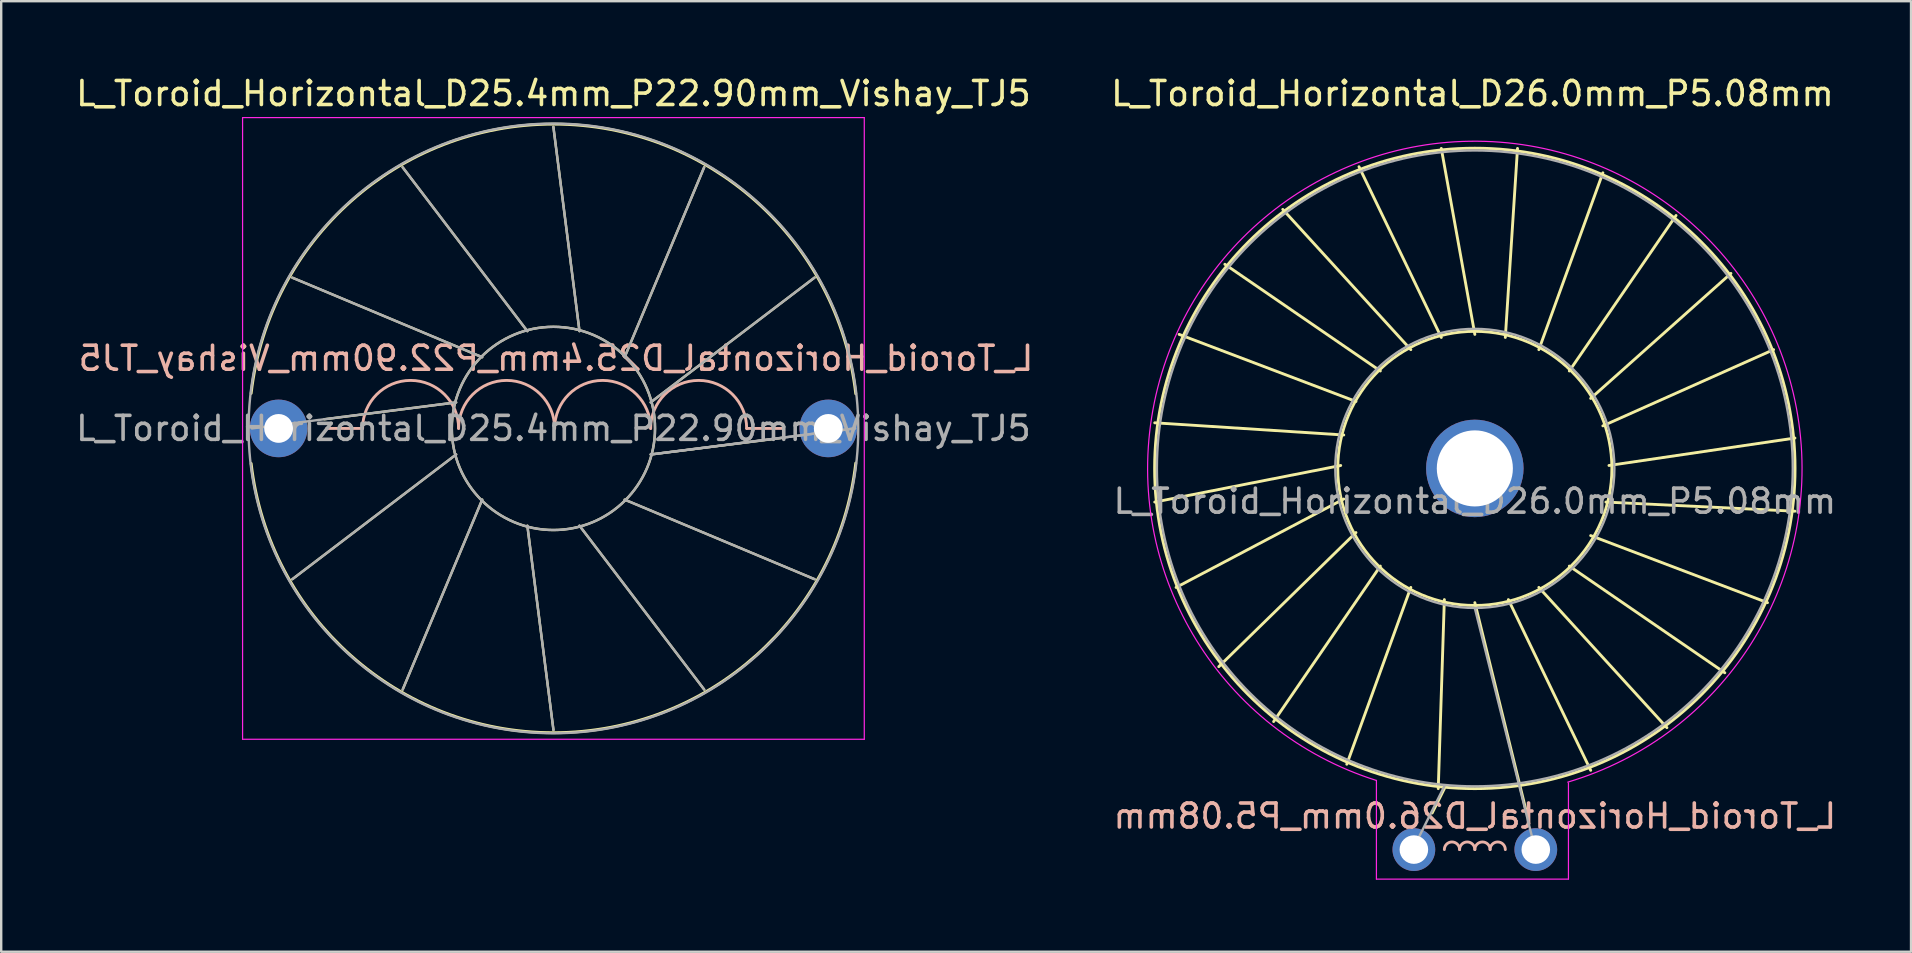
<source format=kicad_pcb>
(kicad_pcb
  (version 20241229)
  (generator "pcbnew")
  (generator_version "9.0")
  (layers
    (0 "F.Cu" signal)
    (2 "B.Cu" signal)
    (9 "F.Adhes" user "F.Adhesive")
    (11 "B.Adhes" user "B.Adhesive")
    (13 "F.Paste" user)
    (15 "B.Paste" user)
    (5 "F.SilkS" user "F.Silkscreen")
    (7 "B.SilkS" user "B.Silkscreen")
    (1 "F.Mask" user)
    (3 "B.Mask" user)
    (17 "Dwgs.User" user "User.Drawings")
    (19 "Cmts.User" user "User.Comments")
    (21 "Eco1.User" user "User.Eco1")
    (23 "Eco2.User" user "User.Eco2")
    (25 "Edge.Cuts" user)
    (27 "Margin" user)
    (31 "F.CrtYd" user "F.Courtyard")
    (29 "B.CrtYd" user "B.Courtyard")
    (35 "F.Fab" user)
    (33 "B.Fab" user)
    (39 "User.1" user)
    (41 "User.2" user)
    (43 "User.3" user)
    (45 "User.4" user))
  (footprint "L_Toroid_Horizontal_D26.0mm_P5.08mm"
    (layer "F.Cu")
    (at 55.852 32.344)
    (property "Reference" "L_Toroid_Horizontal_D26.0mm_P5.08mm" (at 2.44 -31.496 0) (layer "F.SilkS") (effects (font (size 1 1) (thickness 0.15))))
    (fp_line (start -10.795 -17.78) (end -2.921 -17.272) (stroke (width 0.12) (type solid)) (layer "F.SilkS"))
    (fp_line (start -10.795 -14.478) (end -3.048 -16.002) (stroke (width 0.12) (type solid)) (layer "F.SilkS"))
    (fp_line (start -9.906 -10.922) (end -2.921 -14.605) (stroke (width 0.12) (type solid)) (layer "F.SilkS"))
    (fp_line (start -9.779 -21.463) (end -2.413 -18.669) (stroke (width 0.12) (type solid)) (layer "F.SilkS"))
    (fp_line (start -8.128 -7.62) (end -2.413 -13.208) (stroke (width 0.12) (type solid)) (layer "F.SilkS"))
    (fp_line (start -7.874 -24.384) (end -1.397 -19.939) (stroke (width 0.12) (type solid)) (layer "F.SilkS"))
    (fp_line (start -5.842 -5.334) (end -1.397 -11.811) (stroke (width 0.12) (type solid)) (layer "F.SilkS"))
    (fp_line (start -5.461 -26.67) (end -0.127 -20.828) (stroke (width 0.12) (type solid)) (layer "F.SilkS"))
    (fp_line (start -2.794 -3.556) (end -0.127 -10.922) (stroke (width 0.12) (type solid)) (layer "F.SilkS"))
    (fp_line (start -2.286 -28.448) (end 1.143 -21.336) (stroke (width 0.12) (type solid)) (layer "F.SilkS"))
    (fp_line (start 0.762 -1.524) (end 1.27 -2.54) (stroke (width 0.12) (type solid)) (layer "F.SilkS"))
    (fp_line (start 1.016 -2.54) (end 1.27 -10.414) (stroke (width 0.12) (type solid)) (layer "F.SilkS"))
    (fp_line (start 1.143 -29.21) (end 2.54 -21.463) (stroke (width 0.12) (type solid)) (layer "F.SilkS"))
    (fp_line (start 4.318 -29.21) (end 3.81 -21.336) (stroke (width 0.12) (type solid)) (layer "F.SilkS"))
    (fp_line (start 4.699 -1.524) (end 2.54 -10.287) (stroke (width 0.12) (type solid)) (layer "F.SilkS"))
    (fp_line (start 7.366 -3.302) (end 3.937 -10.414) (stroke (width 0.12) (type solid)) (layer "F.SilkS"))
    (fp_line (start 7.874 -28.194) (end 5.207 -20.828) (stroke (width 0.12) (type solid)) (layer "F.SilkS"))
    (fp_line (start 10.541 -5.08) (end 5.207 -10.922) (stroke (width 0.12) (type solid)) (layer "F.SilkS"))
    (fp_line (start 10.922 -26.416) (end 6.477 -19.939) (stroke (width 0.12) (type solid)) (layer "F.SilkS"))
    (fp_line (start 12.954 -7.366) (end 6.477 -11.811) (stroke (width 0.12) (type solid)) (layer "F.SilkS"))
    (fp_line (start 13.208 -24.003) (end 7.366 -18.796) (stroke (width 0.12) (type solid)) (layer "F.SilkS"))
    (fp_line (start 14.732 -10.287) (end 7.366 -13.081) (stroke (width 0.12) (type solid)) (layer "F.SilkS"))
    (fp_line (start 14.986 -20.828) (end 7.874 -17.653) (stroke (width 0.12) (type solid)) (layer "F.SilkS"))
    (fp_line (start 15.875 -17.145) (end 8.128 -16.002) (stroke (width 0.12) (type solid)) (layer "F.SilkS"))
    (fp_line (start 15.875 -14.097) (end 8.001 -14.478) (stroke (width 0.12) (type solid)) (layer "F.SilkS"))
    (fp_circle (center 2.54 -15.88) (end 8.25 -15.88) (stroke (width 0.12) (type solid)) (fill no) (layer "F.SilkS"))
    (fp_circle (center 2.54 -15.88) (end 15.88 -15.88) (stroke (width 0.12) (type solid)) (fill no) (layer "F.SilkS"))
    (fp_arc (start 1.27 0) (mid 1.5875 -0.3175) (end 1.905 0) (stroke (width 0.12) (type solid)) (layer "B.SilkS"))
    (fp_arc (start 1.905 0) (mid 2.2225 -0.3175) (end 2.54 0) (stroke (width 0.12) (type solid)) (layer "B.SilkS"))
    (fp_arc (start 2.54 0) (mid 2.8575 -0.3175) (end 3.175 0) (stroke (width 0.12) (type solid)) (layer "B.SilkS"))
    (fp_arc (start 3.175 0) (mid 3.4925 -0.3175) (end 3.81 0) (stroke (width 0.12) (type solid)) (layer "B.SilkS"))
    (fp_line (start -1.56 -2.88) (end -1.56 1.23) (stroke (width 0.05) (type solid)) (layer "F.CrtYd"))
    (fp_line (start -1.56 1.23) (end 6.44 1.23) (stroke (width 0.05) (type solid)) (layer "F.CrtYd"))
    (fp_line (start 6.44 1.23) (end 6.44 -2.78) (stroke (width 0.05) (type solid)) (layer "F.CrtYd"))
    (fp_arc (start -1.56 -2.88) (mid 2.660017 -29.510686) (end 6.410454 -2.809821) (stroke (width 0.05) (type solid)) (layer "F.CrtYd"))
    (fp_line (start 0 -0.1) (end 1.27 -2.64) (stroke (width 0.1) (type solid)) (layer "F.Fab"))
    (fp_line (start 5.08 0.1) (end 2.54 -10.06) (stroke (width 0.1) (type solid)) (layer "F.Fab"))
    (fp_circle (center 2.54 -15.88) (end 1.44 -2.68) (stroke (width 0.1) (type solid)) (fill no) (layer "F.Fab"))
    (fp_circle (center 2.54 -15.88) (end 2.34 -10.07) (stroke (width 0.1) (type solid)) (fill no) (layer "F.Fab"))
    (fp_text user "${REFERENCE}" (at 2.54 -1.397 0) (layer "B.SilkS") (effects (font (size 1 1) (thickness 0.15)) (justify mirror)))
    (fp_text user "${REFERENCE}" (at 2.54 -14.513 0) (layer "F.Fab") (effects (font (size 1 1) (thickness 0.15))))
    (pad "" thru_hole circle (at 2.54 -15.88) (size 4.06 4.06) (drill 3.17) (layers "*.Cu" "*.Mask"))
    (pad "1" thru_hole circle (at 0 0) (size 1.78 1.78) (drill 1.19) (layers "*.Cu" "*.Mask"))
    (pad "2" thru_hole circle (at 5.08 0) (size 1.78 1.78) (drill 1.19) (layers "*.Cu" "*.Mask")))
  (footprint "L_Toroid_Horizontal_D25.4mm_P22.90mm_Vishay_TJ5"
    (layer "F.Cu")
    (at 8.556 14.798)
    (property "Reference" "L_Toroid_Horizontal_D25.4mm_P22.90mm_Vishay_TJ5" (at 11.45 -13.95 0) (layer "F.SilkS") (effects (font (size 1 1) (thickness 0.15))))
    (fp_line (start 0.569 -6.281) (end 8.483 -2.966) (stroke (width 0.1) (type solid)) (layer "F.SilkS"))
    (fp_line (start 0.57 6.283) (end 7.397 1.086) (stroke (width 0.1) (type solid)) (layer "F.SilkS"))
    (fp_line (start 1.905 -0.381) (end 7.397 -1.085) (stroke (width 0.1) (type solid)) (layer "F.SilkS"))
    (fp_line (start 5.167 -10.88) (end 10.364 -4.052) (stroke (width 0.1) (type solid)) (layer "F.SilkS"))
    (fp_line (start 5.169 10.881) (end 8.483 2.967) (stroke (width 0.1) (type solid)) (layer "F.SilkS"))
    (fp_line (start 11.448 -12.564) (end 12.535 -4.053) (stroke (width 0.1) (type solid)) (layer "F.SilkS"))
    (fp_line (start 11.451 12.564) (end 10.364 4.053) (stroke (width 0.1) (type solid)) (layer "F.SilkS"))
    (fp_line (start 17.73 -10.881) (end 14.416 -2.967) (stroke (width 0.1) (type solid)) (layer "F.SilkS"))
    (fp_line (start 17.732 10.88) (end 12.536 4.053) (stroke (width 0.1) (type solid)) (layer "F.SilkS"))
    (fp_line (start 21.082 0.381) (end 15.503 1.086) (stroke (width 0.1) (type solid)) (layer "F.SilkS"))
    (fp_line (start 22.329 -6.284) (end 15.502 -1.087) (stroke (width 0.1) (type solid)) (layer "F.SilkS"))
    (fp_line (start 22.33 6.282) (end 14.417 2.967) (stroke (width 0.1) (type solid)) (layer "F.SilkS"))
    (fp_arc (start -1.143 -1.4605) (mid 11.458425 -12.677407) (end 24.04493 -1.443761) (stroke (width 0.12) (type solid)) (layer "F.SilkS"))
    (fp_arc (start 24.044874 1.44425) (mid 11.458179 12.677407) (end -1.143 1.4605) (stroke (width 0.12) (type solid)) (layer "F.SilkS"))
    (fp_circle (center 11.45 0) (end 15.683 0) (stroke (width 0.1) (type solid)) (fill no) (layer "F.SilkS"))
    (fp_line (start 3.5 0) (end 2 0) (stroke (width 0.12) (type solid)) (layer "B.SilkS"))
    (fp_line (start 19.5 0) (end 21 0) (stroke (width 0.12) (type solid)) (layer "B.SilkS"))
    (fp_arc (start 3.5 0) (mid 5.5 -2) (end 7.5 0) (stroke (width 0.12) (type solid)) (layer "B.SilkS"))
    (fp_arc (start 7.5 0) (mid 9.5 -2) (end 11.5 0) (stroke (width 0.12) (type solid)) (layer "B.SilkS"))
    (fp_arc (start 11.5 0) (mid 13.5 -2) (end 15.5 0) (stroke (width 0.12) (type solid)) (layer "B.SilkS"))
    (fp_arc (start 15.5 0) (mid 17.5 -2) (end 19.5 0) (stroke (width 0.12) (type solid)) (layer "B.SilkS"))
    (fp_line (start -1.5 -12.95) (end -1.5 12.95) (stroke (width 0.05) (type solid)) (layer "F.CrtYd"))
    (fp_line (start -1.5 12.95) (end 24.4 12.95) (stroke (width 0.05) (type solid)) (layer "F.CrtYd"))
    (fp_line (start 24.4 -12.95) (end -1.5 -12.95) (stroke (width 0.05) (type solid)) (layer "F.CrtYd"))
    (fp_line (start 24.4 12.95) (end 24.4 -12.95) (stroke (width 0.05) (type solid)) (layer "F.CrtYd"))
    (fp_line (start -1.114 0.001) (end 7.397 -1.085) (stroke (width 0.1) (type solid)) (layer "F.Fab"))
    (fp_line (start 0.569 -6.281) (end 8.483 -2.966) (stroke (width 0.1) (type solid)) (layer "F.Fab"))
    (fp_line (start 0.57 6.283) (end 7.397 1.086) (stroke (width 0.1) (type solid)) (layer "F.Fab"))
    (fp_line (start 5.167 -10.88) (end 10.364 -4.052) (stroke (width 0.1) (type solid)) (layer "F.Fab"))
    (fp_line (start 5.169 10.881) (end 8.483 2.967) (stroke (width 0.1) (type solid)) (layer "F.Fab"))
    (fp_line (start 11.448 -12.564) (end 12.535 -4.053) (stroke (width 0.1) (type solid)) (layer "F.Fab"))
    (fp_line (start 11.451 12.564) (end 10.364 4.053) (stroke (width 0.1) (type solid)) (layer "F.Fab"))
    (fp_line (start 17.73 -10.881) (end 14.416 -2.967) (stroke (width 0.1) (type solid)) (layer "F.Fab"))
    (fp_line (start 17.732 10.88) (end 12.536 4.053) (stroke (width 0.1) (type solid)) (layer "F.Fab"))
    (fp_line (start 22.329 -6.284) (end 15.502 -1.087) (stroke (width 0.1) (type solid)) (layer "F.Fab"))
    (fp_line (start 22.33 6.282) (end 14.417 2.967) (stroke (width 0.1) (type solid)) (layer "F.Fab"))
    (fp_line (start 24.014 -0.002) (end 15.503 1.085) (stroke (width 0.1) (type solid)) (layer "F.Fab"))
    (fp_line (start 24.014 0) (end 15.503 1.086) (stroke (width 0.1) (type solid)) (layer "F.Fab"))
    (fp_circle (center 11.45 0) (end 15.683 0) (stroke (width 0.1) (type solid)) (fill no) (layer "F.Fab"))
    (fp_circle (center 11.45 0) (end 24.15 0) (stroke (width 0.1) (type solid)) (fill no) (layer "F.Fab"))
    (fp_text user "${REFERENCE}" (at 11.557 -2.921 0) (layer "B.SilkS") (effects (font (size 1 1) (thickness 0.15)) (justify mirror)))
    (fp_text user "${REFERENCE}" (at 11.45 0 0) (layer "F.Fab") (effects (font (size 1 1) (thickness 0.15))))
    (pad "1" thru_hole circle (at 0 0) (size 2.4 2.4) (drill 1.2) (layers "*.Cu" "*.Mask"))
    (pad "2" thru_hole circle (at 22.9 0) (size 2.4 2.4) (drill 1.2) (layers "*.Cu" "*.Mask")))
  (gr_rect
    (start -3 -3)
    (end 76.564 36.599)
    (stroke (width 0.1) (type default))
    (fill no)
    (layer "Edge.Cuts")))
</source>
